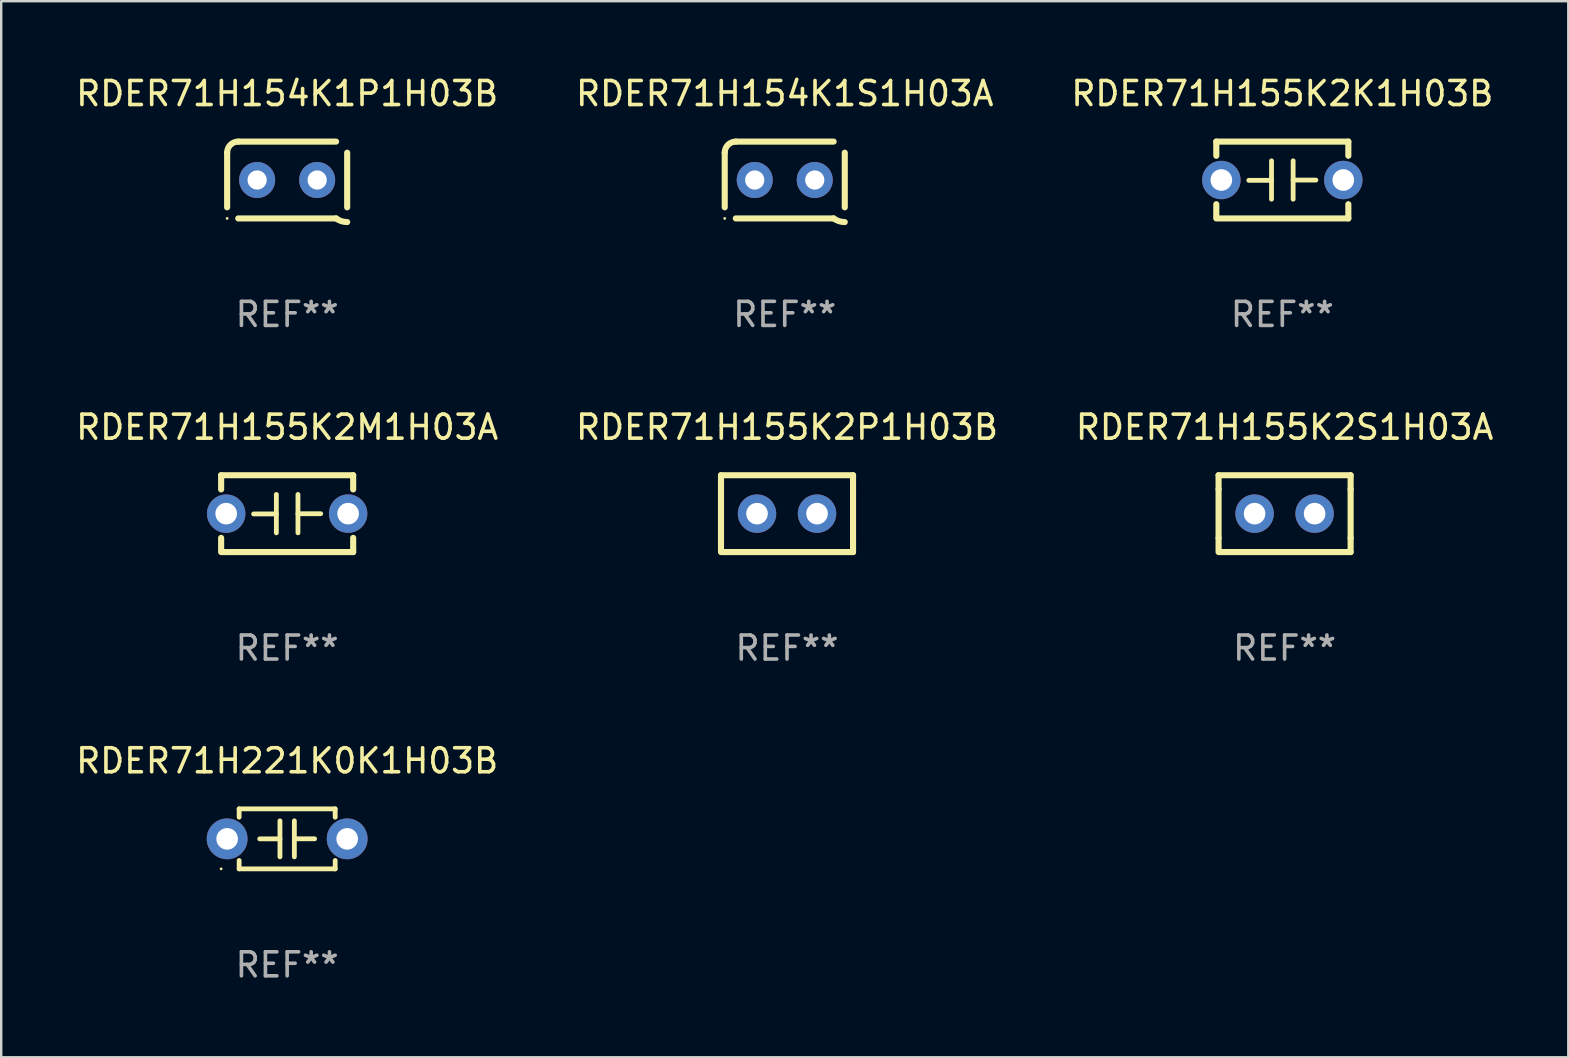
<source format=kicad_pcb>
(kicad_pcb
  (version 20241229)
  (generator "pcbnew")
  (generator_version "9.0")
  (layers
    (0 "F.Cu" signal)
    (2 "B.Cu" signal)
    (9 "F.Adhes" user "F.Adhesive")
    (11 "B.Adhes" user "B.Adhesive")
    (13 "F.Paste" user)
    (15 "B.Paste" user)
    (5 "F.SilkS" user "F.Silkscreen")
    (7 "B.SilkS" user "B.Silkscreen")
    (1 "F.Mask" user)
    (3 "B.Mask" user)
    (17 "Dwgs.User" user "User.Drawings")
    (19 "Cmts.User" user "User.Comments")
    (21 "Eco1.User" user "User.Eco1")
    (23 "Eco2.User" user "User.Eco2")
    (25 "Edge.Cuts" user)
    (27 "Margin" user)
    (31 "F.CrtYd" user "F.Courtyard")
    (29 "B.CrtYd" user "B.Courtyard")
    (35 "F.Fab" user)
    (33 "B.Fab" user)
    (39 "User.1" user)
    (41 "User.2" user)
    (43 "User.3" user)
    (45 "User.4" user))
  (footprint "RDER71H155K2P1H03B"
    (layer "F.Cu")
    (at 29.732 18.345)
    (property "Reference" "RDER71H155K2P1H03B" (at 0 -3.6 0) (layer "F.SilkS") (effects (font (size 1 1) (thickness 0.15))))
    (attr through_hole)
    (fp_line (start -2.75 -1.6) (end -2.75 -1.01) (stroke (width 0.254) (type solid)) (layer "F.SilkS"))
    (fp_line (start -2.75 -1.6) (end 2.75 -1.6) (stroke (width 0.254) (type solid)) (layer "F.SilkS"))
    (fp_line (start -2.75 -1.01) (end -2.75 1.01) (stroke (width 0.254) (type solid)) (layer "F.SilkS"))
    (fp_line (start -2.75 1.01) (end -2.75 1.524) (stroke (width 0.254) (type solid)) (layer "F.SilkS"))
    (fp_line (start -2.75 1.6) (end 2.75 1.6) (stroke (width 0.254) (type solid)) (layer "F.SilkS"))
    (fp_line (start 2.75 -1.6) (end 2.75 -1.01) (stroke (width 0.254) (type solid)) (layer "F.SilkS"))
    (fp_line (start 2.75 -1.01) (end 2.75 1.01) (stroke (width 0.254) (type solid)) (layer "F.SilkS"))
    (fp_line (start 2.75 1.01) (end 2.75 1.6) (stroke (width 0.254) (type solid)) (layer "F.SilkS"))
    (fp_circle (center -2.75 1.6) (end -2.72 1.6) (stroke (width 0.06) (type solid)) (fill no) (layer "F.SilkS"))
    (fp_text user "REF**" (at 0 5.6 0) (layer "F.Fab") (effects (font (size 1 1) (thickness 0.15))))
    (pad "1" thru_hole circle (at -1.25 0) (size 1.6 1.6) (drill 0.9) (layers "*.Cu" "*.Mask"))
    (pad "2" thru_hole circle (at 1.25 0) (size 1.6 1.6) (drill 0.9) (layers "*.Cu" "*.Mask")))
  (footprint "RDER71H221K0K1H03B"
    (layer "F.Cu")
    (at 8.911 31.891)
    (property "Reference" "RDER71H221K0K1H03B" (at 0 -3.25 0) (layer "F.SilkS") (effects (font (size 1 1) (thickness 0.15))))
    (attr through_hole)
    (fp_line (start -2 -1.25) (end -2 -0.901) (stroke (width 0.2) (type solid)) (layer "F.SilkS"))
    (fp_line (start -2 -1.25) (end 2 -1.25) (stroke (width 0.2) (type solid)) (layer "F.SilkS"))
    (fp_line (start -2 0.901) (end -2 1.25) (stroke (width 0.2) (type solid)) (layer "F.SilkS"))
    (fp_line (start -0.3 -0.75) (end -0.3 0.75) (stroke (width 0.2) (type solid)) (layer "F.SilkS"))
    (fp_line (start -0.3 0.001) (end -1.143 0.001) (stroke (width 0.2) (type solid)) (layer "F.SilkS"))
    (fp_line (start 0.3 -0.001) (end 1.143 -0.001) (stroke (width 0.2) (type solid)) (layer "F.SilkS"))
    (fp_line (start 0.3 0.75) (end 0.3 -0.75) (stroke (width 0.2) (type solid)) (layer "F.SilkS"))
    (fp_line (start 2 -1.25) (end 2 -0.901) (stroke (width 0.2) (type solid)) (layer "F.SilkS"))
    (fp_line (start 2 0.901) (end 2 1.25) (stroke (width 0.2) (type solid)) (layer "F.SilkS"))
    (fp_line (start 2 1.25) (end -2 1.25) (stroke (width 0.2) (type solid)) (layer "F.SilkS"))
    (fp_circle (center -2.75 1.25) (end -2.72 1.25) (stroke (width 0.06) (type solid)) (fill no) (layer "F.SilkS"))
    (fp_text user "REF**" (at 0 5.25 0) (layer "F.Fab") (effects (font (size 1 1) (thickness 0.15))))
    (pad "1" thru_hole circle (at -2.5 0) (size 1.7 1.7) (drill 0.9) (layers "*.Cu" "*.Mask"))
    (pad "2" thru_hole circle (at 2.5 0) (size 1.7 1.7) (drill 0.9) (layers "*.Cu" "*.Mask")))
  (footprint "RDER71H155K2S1H03A"
    (layer "F.Cu")
    (at 50.458 18.345)
    (property "Reference" "RDER71H155K2S1H03A" (at 0 -3.6 0) (layer "F.SilkS") (effects (font (size 1 1) (thickness 0.15))))
    (attr through_hole)
    (fp_line (start -2.75 -1.6) (end -2.75 -1.01) (stroke (width 0.254) (type solid)) (layer "F.SilkS"))
    (fp_line (start -2.75 -1.6) (end 2.75 -1.6) (stroke (width 0.254) (type solid)) (layer "F.SilkS"))
    (fp_line (start -2.75 -1.01) (end -2.75 1.01) (stroke (width 0.254) (type solid)) (layer "F.SilkS"))
    (fp_line (start -2.75 1.01) (end -2.75 1.524) (stroke (width 0.254) (type solid)) (layer "F.SilkS"))
    (fp_line (start -2.75 1.6) (end 2.75 1.6) (stroke (width 0.254) (type solid)) (layer "F.SilkS"))
    (fp_line (start 2.75 -1.6) (end 2.75 -1.01) (stroke (width 0.254) (type solid)) (layer "F.SilkS"))
    (fp_line (start 2.75 -1.01) (end 2.75 1.01) (stroke (width 0.254) (type solid)) (layer "F.SilkS"))
    (fp_line (start 2.75 1.01) (end 2.75 1.6) (stroke (width 0.254) (type solid)) (layer "F.SilkS"))
    (fp_circle (center -2.75 1.6) (end -2.72 1.6) (stroke (width 0.06) (type solid)) (fill no) (layer "F.SilkS"))
    (fp_text user "REF**" (at 0 5.6 0) (layer "F.Fab") (effects (font (size 1 1) (thickness 0.15))))
    (pad "1" thru_hole circle (at -1.25 0) (size 1.6 1.6) (drill 0.9) (layers "*.Cu" "*.Mask"))
    (pad "2" thru_hole circle (at 1.25 0) (size 1.6 1.6) (drill 0.9) (layers "*.Cu" "*.Mask")))
  (footprint "RDER71H155K2M1H03A"
    (layer "F.Cu")
    (at 8.911 18.345)
    (property "Reference" "RDER71H155K2M1H03A" (at 0 -3.6 0) (layer "F.SilkS") (effects (font (size 1 1) (thickness 0.15))))
    (attr through_hole)
    (fp_line (start -2.75 -1.6) (end -2.75 -1.009) (stroke (width 0.254) (type solid)) (layer "F.SilkS"))
    (fp_line (start -2.75 -1.6) (end 2.75 -1.6) (stroke (width 0.254) (type solid)) (layer "F.SilkS"))
    (fp_line (start -2.75 1.009) (end -2.75 1.524) (stroke (width 0.254) (type solid)) (layer "F.SilkS"))
    (fp_line (start -2.75 1.6) (end 2.75 1.6) (stroke (width 0.254) (type solid)) (layer "F.SilkS"))
    (fp_line (start -0.45 -0.8) (end -0.45 0.8) (stroke (width 0.2) (type solid)) (layer "F.SilkS"))
    (fp_line (start -0.45 0.013) (end -1.397 0.013) (stroke (width 0.2) (type solid)) (layer "F.SilkS"))
    (fp_line (start 0.45 0.003) (end 1.397 0.003) (stroke (width 0.2) (type solid)) (layer "F.SilkS"))
    (fp_line (start 0.45 0.8) (end 0.45 -0.8) (stroke (width 0.2) (type solid)) (layer "F.SilkS"))
    (fp_line (start 2.75 -1.6) (end 2.75 -1.009) (stroke (width 0.254) (type solid)) (layer "F.SilkS"))
    (fp_line (start 2.75 1.009) (end 2.75 1.6) (stroke (width 0.254) (type solid)) (layer "F.SilkS"))
    (fp_circle (center -2.79 1.6) (end -2.76 1.6) (stroke (width 0.06) (type solid)) (fill no) (layer "F.SilkS"))
    (fp_text user "REF**" (at 0 5.6 0) (layer "F.Fab") (effects (font (size 1 1) (thickness 0.15))))
    (pad "1" thru_hole circle (at -2.54 0) (size 1.6 1.6) (drill 0.9) (layers "*.Cu" "*.Mask"))
    (pad "2" thru_hole circle (at 2.54 0) (size 1.6 1.6) (drill 0.9) (layers "*.Cu" "*.Mask")))
  (footprint "RDER71H154K1P1H03B"
    (layer "F.Cu")
    (at 8.911 4.448)
    (property "Reference" "RDER71H154K1P1H03B" (at 0 -3.6 0) (layer "F.SilkS") (effects (font (size 1 1) (thickness 0.15))))
    (attr through_hole)
    (fp_line (start -2.5 1.138) (end -2.5 -1.138) (stroke (width 0.254) (type solid)) (layer "F.SilkS"))
    (fp_line (start -2.038 1.6) (end 2.038 1.6) (stroke (width 0.254) (type solid)) (layer "F.SilkS"))
    (fp_line (start 2.038 -1.6) (end -2.038 -1.6) (stroke (width 0.254) (type solid)) (layer "F.SilkS"))
    (fp_line (start 2.5 -1.138) (end 2.5 1.138) (stroke (width 0.254) (type solid)) (layer "F.SilkS"))
    (fp_arc (start -2.5 -1.137744) (mid -2.364601 -1.464626) (end -2.037719 -1.600025) (stroke (width 0.254001) (type solid)) (layer "F.SilkS"))
    (fp_arc (start -2.5 1.137719) (mid 2.500022 -1.137741) (end -2.5 1.137719) (stroke (width 0.254001) (type solid)) (layer "F.SilkS"))
    (fp_arc (start 2.5 1.751767) (mid 2.256726 1.712861) (end 2.037719 1.600025) (stroke (width 0.254001) (type solid)) (layer "F.SilkS"))
    (fp_circle (center -2.5 1.6) (end -2.47 1.6) (stroke (width 0.06) (type solid)) (fill no) (layer "F.SilkS"))
    (fp_text user "REF**" (at 0 5.6 0) (layer "F.Fab") (effects (font (size 1 1) (thickness 0.15))))
    (pad "1" thru_hole circle (at -1.25 -0.000076) (size 1.5 1.5) (drill 0.8) (layers "*.Cu" "*.Mask"))
    (pad "2" thru_hole circle (at 1.25 -0.000076) (size 1.5 1.5) (drill 0.8) (layers "*.Cu" "*.Mask")))
  (footprint "RDER71H155K2K1H03B"
    (layer "F.Cu")
    (at 50.363 4.448)
    (property "Reference" "RDER71H155K2K1H03B" (at 0 -3.6 0) (layer "F.SilkS") (effects (font (size 1 1) (thickness 0.15))))
    (attr through_hole)
    (fp_line (start -2.75 -1.6) (end -2.75 -1.009) (stroke (width 0.254) (type solid)) (layer "F.SilkS"))
    (fp_line (start -2.75 -1.6) (end 2.75 -1.6) (stroke (width 0.254) (type solid)) (layer "F.SilkS"))
    (fp_line (start -2.75 1.009) (end -2.75 1.524) (stroke (width 0.254) (type solid)) (layer "F.SilkS"))
    (fp_line (start -2.75 1.6) (end 2.75 1.6) (stroke (width 0.254) (type solid)) (layer "F.SilkS"))
    (fp_line (start -0.45 -0.8) (end -0.45 0.8) (stroke (width 0.2) (type solid)) (layer "F.SilkS"))
    (fp_line (start -0.45 0.013) (end -1.397 0.013) (stroke (width 0.2) (type solid)) (layer "F.SilkS"))
    (fp_line (start 0.45 0.003) (end 1.397 0.003) (stroke (width 0.2) (type solid)) (layer "F.SilkS"))
    (fp_line (start 0.45 0.8) (end 0.45 -0.8) (stroke (width 0.2) (type solid)) (layer "F.SilkS"))
    (fp_line (start 2.75 -1.6) (end 2.75 -1.009) (stroke (width 0.254) (type solid)) (layer "F.SilkS"))
    (fp_line (start 2.75 1.009) (end 2.75 1.6) (stroke (width 0.254) (type solid)) (layer "F.SilkS"))
    (fp_circle (center -2.79 1.6) (end -2.76 1.6) (stroke (width 0.06) (type solid)) (fill no) (layer "F.SilkS"))
    (fp_text user "REF**" (at 0 5.6 0) (layer "F.Fab") (effects (font (size 1 1) (thickness 0.15))))
    (pad "1" thru_hole circle (at -2.54 0) (size 1.6 1.6) (drill 0.9) (layers "*.Cu" "*.Mask"))
    (pad "2" thru_hole circle (at 2.54 0) (size 1.6 1.6) (drill 0.9) (layers "*.Cu" "*.Mask")))
  (footprint "RDER71H154K1S1H03A"
    (layer "F.Cu")
    (at 29.637 4.448)
    (property "Reference" "RDER71H154K1S1H03A" (at 0 -3.6 0) (layer "F.SilkS") (effects (font (size 1 1) (thickness 0.15))))
    (attr through_hole)
    (fp_line (start -2.5 1.138) (end -2.5 -1.138) (stroke (width 0.254) (type solid)) (layer "F.SilkS"))
    (fp_line (start -2.038 1.6) (end 2.038 1.6) (stroke (width 0.254) (type solid)) (layer "F.SilkS"))
    (fp_line (start 2.038 -1.6) (end -2.038 -1.6) (stroke (width 0.254) (type solid)) (layer "F.SilkS"))
    (fp_line (start 2.5 -1.138) (end 2.5 1.138) (stroke (width 0.254) (type solid)) (layer "F.SilkS"))
    (fp_arc (start -2.5 -1.137744) (mid -2.364601 -1.464626) (end -2.037719 -1.600025) (stroke (width 0.254001) (type solid)) (layer "F.SilkS"))
    (fp_arc (start -2.5 1.137719) (mid 2.500022 -1.137741) (end -2.5 1.137719) (stroke (width 0.254001) (type solid)) (layer "F.SilkS"))
    (fp_arc (start 2.5 1.751767) (mid 2.256726 1.712861) (end 2.037719 1.600025) (stroke (width 0.254001) (type solid)) (layer "F.SilkS"))
    (fp_circle (center -2.5 1.6) (end -2.47 1.6) (stroke (width 0.06) (type solid)) (fill no) (layer "F.SilkS"))
    (fp_text user "REF**" (at 0 5.6 0) (layer "F.Fab") (effects (font (size 1 1) (thickness 0.15))))
    (pad "1" thru_hole circle (at -1.25 -0.000076) (size 1.5 1.5) (drill 0.8) (layers "*.Cu" "*.Mask"))
    (pad "2" thru_hole circle (at 1.25 -0.000076) (size 1.5 1.5) (drill 0.8) (layers "*.Cu" "*.Mask")))
  (gr_rect
    (start -3 -3)
    (end 62.274 40.99)
    (stroke (width 0.1) (type default))
    (fill no)
    (layer "Edge.Cuts")))
</source>
